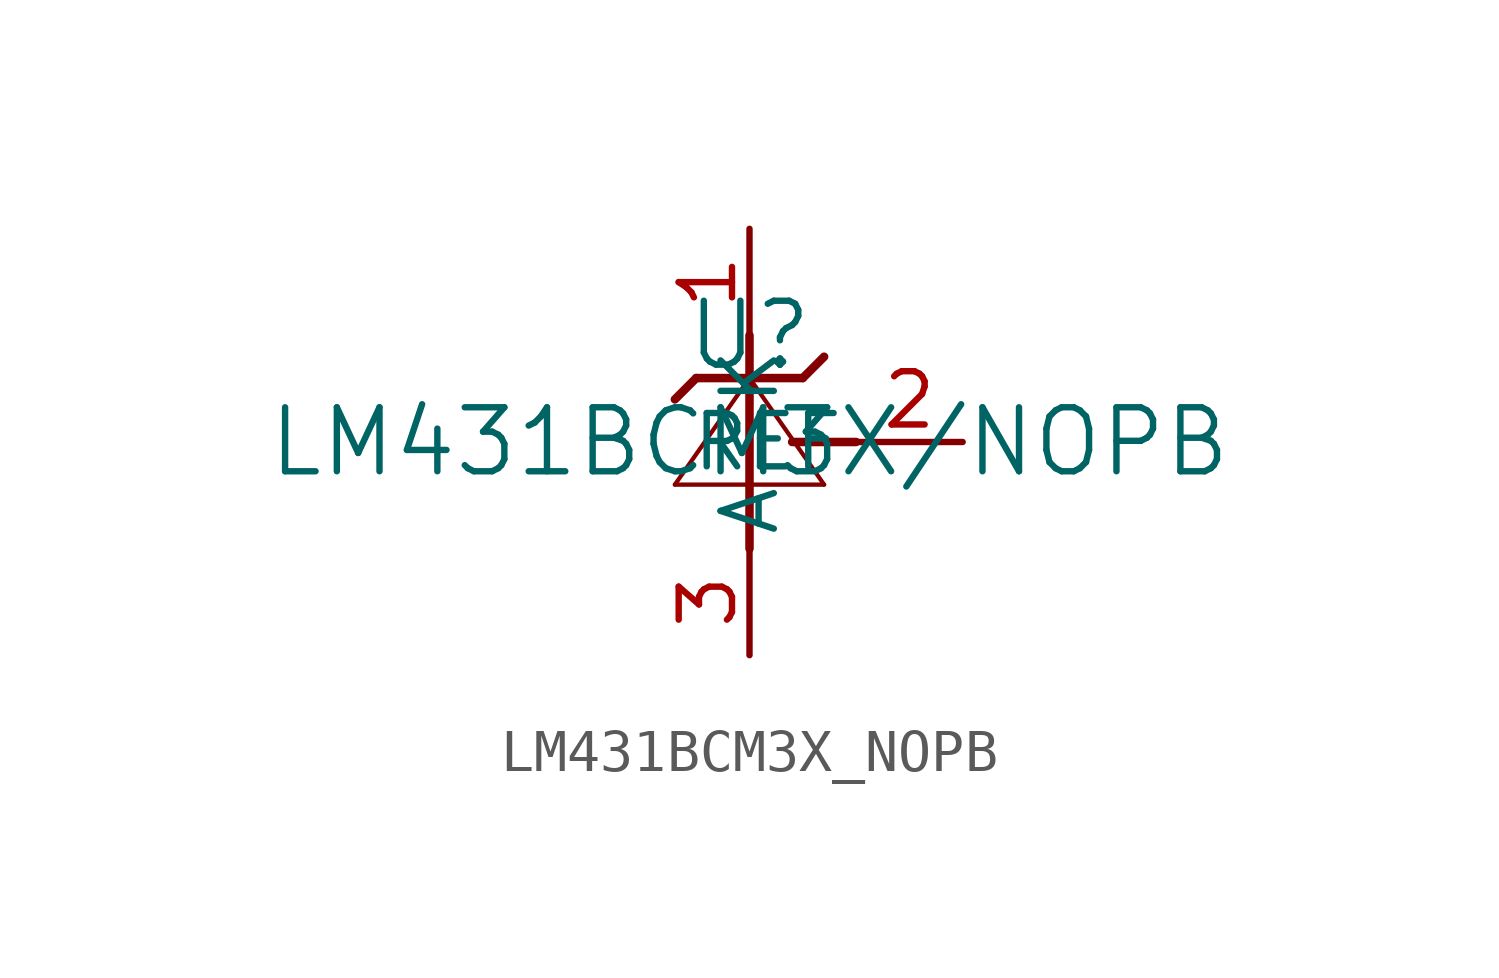
<source format=kicad_sym>
(kicad_symbol_lib
  (version 20211014)
  (generator kicad_symbol_editor)
  (symbol "LM431BCM3X_NOPB"
    (pin_names
      (offset 0.254))
    (property "Reference" "U"
      (at 0 2.54 0)
      (effects (font (size 1.524 1.524))))
    (property "Value" "LM431BCM3X/NOPB"
      (at 0 0 0)
      (effects (font (size 1.524 1.524))))
    (symbol "LM431BCM3X_NOPB_0_1"
      (polyline (pts (xy 1.016 0) (xy 2.54 0)) (stroke (width 0.203) (type default) (color 0 0 0 0)) (fill (type none)))
      (polyline (pts (xy 0 -2.54) (xy 0 2.54)) (stroke (width 0.203) (type default) (color 0 0 0 0)) (fill (type none)))
      (polyline (pts (xy 1.778 2.032) (xy 1.27 1.524)) (stroke (width 0.203) (type default) (color 0 0 0 0)) (fill (type none)))
      (polyline (pts (xy 1.27 1.524) (xy -1.27 1.524)) (stroke (width 0.203) (type default) (color 0 0 0 0)) (fill (type none)))
      (polyline (pts (xy -1.27 1.524) (xy -1.778 1.016)) (stroke (width 0.203) (type default) (color 0 0 0 0)) (fill (type none)))
      (polyline (pts (xy 1.778 -1.016) (xy 0 1.524)) (stroke (width 0.102) (type default) (color 0 0 0 0)) (fill (type none)))
      (polyline (pts (xy 0 1.524) (xy -1.778 -1.016)) (stroke (width 0.102) (type default) (color 0 0 0 0)) (fill (type none)))
      (polyline (pts (xy -1.778 -1.016) (xy 1.778 -1.016)) (stroke (width 0.102) (type default) (color 0 0 0 0)) (fill (type none)))
      (pin unspecified line (at 0 5.08 270) (length 2.54) (name "K" (effects (font (size 1.27 1.27)))) (number "1" (effects (font (size 1.27 1.27)))))
      (pin input line (at 5.08 0 180) (length 2.54) (name "REF" (effects (font (size 1.27 1.27)))) (number "2" (effects (font (size 1.27 1.27)))))
      (pin unspecified line (at 0 -5.08 90) (length 2.54) (name "A" (effects (font (size 1.27 1.27)))) (number "3" (effects (font (size 1.27 1.27))))))))
</source>
